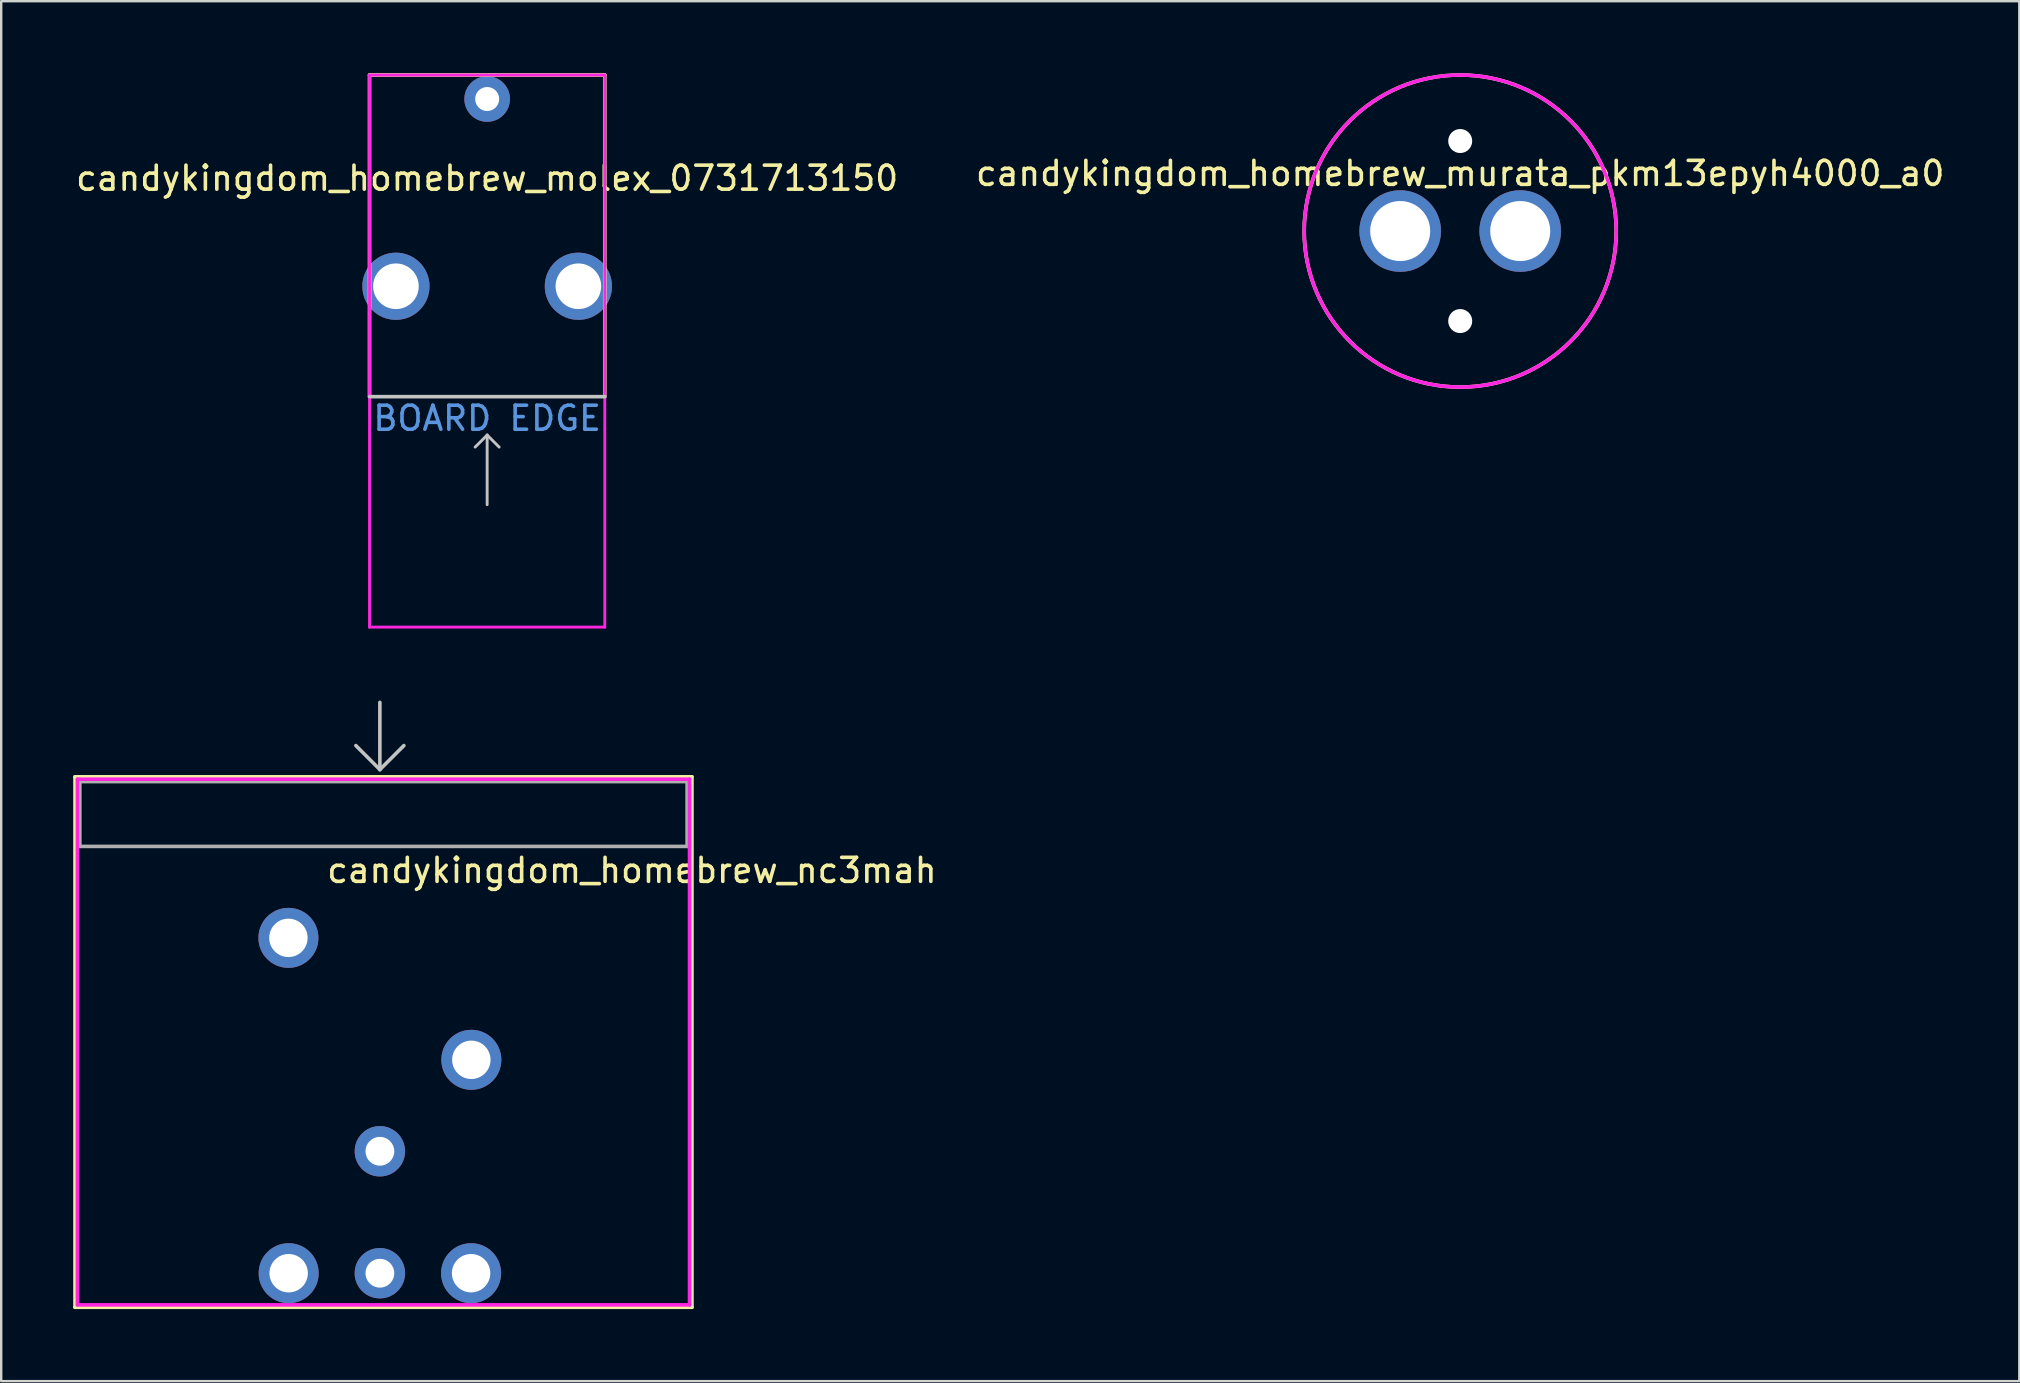
<source format=kicad_pcb>
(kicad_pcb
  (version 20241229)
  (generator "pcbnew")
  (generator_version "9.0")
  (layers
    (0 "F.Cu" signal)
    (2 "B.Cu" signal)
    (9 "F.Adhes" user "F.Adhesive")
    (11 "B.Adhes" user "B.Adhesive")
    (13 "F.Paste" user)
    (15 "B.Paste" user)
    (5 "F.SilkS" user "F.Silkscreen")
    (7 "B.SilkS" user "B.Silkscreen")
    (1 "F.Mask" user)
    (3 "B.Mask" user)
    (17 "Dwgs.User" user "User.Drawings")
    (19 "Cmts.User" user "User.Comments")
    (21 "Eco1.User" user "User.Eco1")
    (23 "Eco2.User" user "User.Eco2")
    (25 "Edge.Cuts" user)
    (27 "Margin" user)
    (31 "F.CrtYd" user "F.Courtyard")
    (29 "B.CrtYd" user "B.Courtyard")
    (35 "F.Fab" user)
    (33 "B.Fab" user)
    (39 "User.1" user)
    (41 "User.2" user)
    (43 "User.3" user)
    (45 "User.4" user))
  (footprint "candykingdom_homebrew_nc3mah"
    (layer "F.Cu")
    (at 12.775 32.21)
    (property "Reference" "candykingdom_homebrew_nc3mah" (at 10.5 1 0) (layer "F.SilkS") (effects (font (size 1 1) (thickness 0.15))))
    (attr through_hole)
    (fp_line (start -12.7 -2.9) (end -12.7 19.2) (stroke (width 0.15) (type solid)) (layer "F.SilkS"))
    (fp_line (start -12.7 19.2) (end 13 19.2) (stroke (width 0.15) (type solid)) (layer "F.SilkS"))
    (fp_line (start 13 -2.9) (end -12.7 -2.9) (stroke (width 0.15) (type solid)) (layer "F.SilkS"))
    (fp_line (start 13 19.2) (end 13 -2.9) (stroke (width 0.15) (type solid)) (layer "F.SilkS"))
    (fp_line (start 0 -6) (end 0 -3.2) (stroke (width 0.15) (type solid)) (layer "Dwgs.User"))
    (fp_line (start 0 -3.2) (end -1 -4.2) (stroke (width 0.15) (type solid)) (layer "Dwgs.User"))
    (fp_line (start 0 -3.2) (end 1 -4.2) (stroke (width 0.15) (type solid)) (layer "Dwgs.User"))
    (fp_line (start -12.6 -2.8) (end 12.9 -2.8) (stroke (width 0.15) (type solid)) (layer "F.CrtYd"))
    (fp_line (start -12.6 19.1) (end -12.6 -2.8) (stroke (width 0.15) (type solid)) (layer "F.CrtYd"))
    (fp_line (start 12.9 -2.8) (end 12.9 19.1) (stroke (width 0.15) (type solid)) (layer "F.CrtYd"))
    (fp_line (start 12.9 19.1) (end -12.6 19.1) (stroke (width 0.15) (type solid)) (layer "F.CrtYd"))
    (fp_line (start -12.5 -2.7) (end -12.5 0) (stroke (width 0.15) (type solid)) (layer "F.Fab"))
    (fp_line (start 12.8 -2.7) (end -12.5 -2.7) (stroke (width 0.15) (type solid)) (layer "F.Fab"))
    (fp_line (start 12.8 0) (end -12.5 0) (stroke (width 0.15) (type solid)) (layer "F.Fab"))
    (fp_line (start 12.8 0) (end 12.8 -2.7) (stroke (width 0.15) (type solid)) (layer "F.Fab"))
    (pad "1" thru_hole circle (at 3.8 17.78) (size 2.5 2.5) (drill 1.6) (layers "*.Cu" "*.Mask"))
    (pad "2" thru_hole circle (at -3.8 17.78) (size 2.5 2.5) (drill 1.6) (layers "*.Cu" "*.Mask"))
    (pad "3" thru_hole circle (at 0 17.78) (size 2.1 2.1) (drill 1.2) (layers "*.Cu" "*.Mask"))
    (pad "G" thru_hole circle (at 0 12.7) (size 2.1 2.1) (drill 1.2) (layers "*.Cu" "*.Mask"))
    (pad "~" thru_hole circle (at -3.81 3.81) (size 2.5 2.5) (drill 1.6) (layers "*.Cu" "*.Mask"))
    (pad "~" thru_hole circle (at 3.81 8.89) (size 2.5 2.5) (drill 1.6) (layers "*.Cu" "*.Mask")))
  (footprint "candykingdom_homebrew_molex_0731713150"
    (layer "F.Cu")
    (at 17.244 1.075)
    (property "Reference" "candykingdom_homebrew_molex_0731713150" (at 0 3.3 0) (layer "F.SilkS") (effects (font (size 1 1) (thickness 0.15))))
    (attr through_hole)
    (fp_line (start -4.9 -1) (end 4.9 -1) (stroke (width 0.15) (type solid)) (layer "F.SilkS"))
    (fp_line (start -4.9 12.4) (end -4.9 -1) (stroke (width 0.15) (type solid)) (layer "F.SilkS"))
    (fp_line (start 4.9 -1) (end 4.9 12.4) (stroke (width 0.15) (type solid)) (layer "F.SilkS"))
    (fp_line (start -4.9 12.4) (end 4.9 12.4) (stroke (width 0.15) (type solid)) (layer "Dwgs.User"))
    (fp_line (start 0 14) (end -0.5 14.5) (stroke (width 0.12) (type solid)) (layer "Dwgs.User"))
    (fp_line (start 0 14) (end 0 16.9) (stroke (width 0.12) (type solid)) (layer "Dwgs.User"))
    (fp_line (start 0 14) (end 0.5 14.5) (stroke (width 0.12) (type solid)) (layer "Dwgs.User"))
    (fp_line (start -4.9 -1) (end -4.9 22) (stroke (width 0.12) (type solid)) (layer "F.CrtYd"))
    (fp_line (start -4.9 22) (end 4.9 22) (stroke (width 0.12) (type solid)) (layer "F.CrtYd"))
    (fp_line (start 4.9 -1) (end -4.9 -1) (stroke (width 0.12) (type solid)) (layer "F.CrtYd"))
    (fp_line (start 4.9 22) (end 4.9 -1) (stroke (width 0.12) (type solid)) (layer "F.CrtYd"))
    (fp_text user "BOARD EDGE" (at 0 13.3 0) (layer "Cmts.User") (effects (font (size 1 1) (thickness 0.15))))
    (pad "1" thru_hole circle (at 0 0) (size 1.9 1.9) (drill 1) (layers "*.Cu" "*.Mask"))
    (pad "2" thru_hole circle (at -3.8 7.8) (size 2.8 2.8) (drill 1.9) (layers "*.Cu" "*.Mask"))
    (pad "2" thru_hole circle (at 3.8 7.8) (size 2.8 2.8) (drill 1.9) (layers "*.Cu" "*.Mask")))
  (footprint "candykingdom_homebrew_murata_pkm13epyh4000_a0"
    (layer "F.Cu")
    (at 57.78 6.575)
    (property "Reference" "candykingdom_homebrew_murata_pkm13epyh4000_a0" (at 0 -2.4 0) (layer "F.SilkS") (effects (font (size 1 1) (thickness 0.15))))
    (attr through_hole)
    (fp_circle (center 0 0) (end 6.5 0) (stroke (width 0.15) (type solid)) (fill no) (layer "F.SilkS"))
    (fp_circle (center 0 0) (end 6.5 0) (stroke (width 0.15) (type solid)) (fill no) (layer "F.CrtYd"))
    (pad "" np_thru_hole circle (at 0 -3.75) (size 1 1) (drill 1) (layers "*.Cu" "*.Mask"))
    (pad "" np_thru_hole circle (at 0 3.75) (size 1 1) (drill 1) (layers "*.Cu" "*.Mask"))
    (pad "1" thru_hole circle (at -2.5 0) (size 3.4 3.4) (drill 2.5) (layers "*.Cu" "*.Mask"))
    (pad "2" thru_hole circle (at 2.5 0) (size 3.4 3.4) (drill 2.5) (layers "*.Cu" "*.Mask")))
  (gr_rect
    (start -3 -3)
    (end 81.071 54.485)
    (stroke (width 0.1) (type default))
    (fill no)
    (layer "Edge.Cuts")))
</source>
